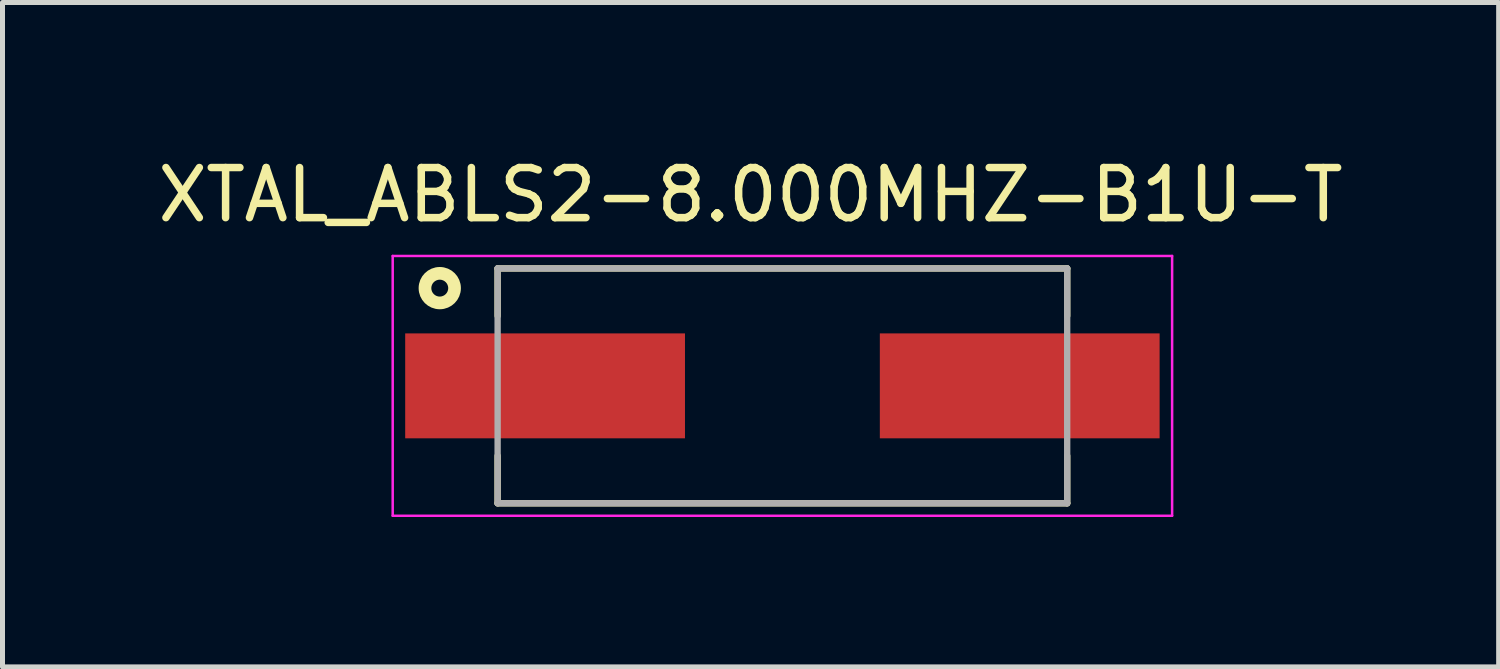
<source format=kicad_pcb>
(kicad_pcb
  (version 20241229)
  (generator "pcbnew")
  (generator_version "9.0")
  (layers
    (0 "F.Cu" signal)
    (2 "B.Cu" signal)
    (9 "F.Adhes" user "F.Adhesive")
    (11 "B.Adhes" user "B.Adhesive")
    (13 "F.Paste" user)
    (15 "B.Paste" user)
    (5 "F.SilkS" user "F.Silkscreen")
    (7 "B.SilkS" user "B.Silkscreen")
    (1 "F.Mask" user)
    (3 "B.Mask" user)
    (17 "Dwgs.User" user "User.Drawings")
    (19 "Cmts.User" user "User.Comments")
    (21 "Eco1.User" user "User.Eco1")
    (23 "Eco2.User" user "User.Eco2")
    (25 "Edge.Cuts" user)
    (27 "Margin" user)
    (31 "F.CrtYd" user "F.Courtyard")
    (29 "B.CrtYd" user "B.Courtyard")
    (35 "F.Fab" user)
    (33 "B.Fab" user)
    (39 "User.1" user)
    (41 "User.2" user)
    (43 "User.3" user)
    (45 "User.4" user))
  (footprint "XTAL_ABLS2-8.000MHZ-B1U-T"
    (layer "F.Cu")
    (at 12.61 4.673)
    (property "Reference" "XTAL_ABLS2-8.000MHZ-B1U-T" (at -0.637 -3.823 0) (layer "F.SilkS") (effects (font (size 1.003 1.003) (thickness 0.15))))
    (attr smd)
    (fp_line (start -5.7 -2.35) (end 5.7 -2.35) (stroke (width 0.127) (type solid)) (layer "F.SilkS"))
    (fp_line (start -5.7 -1.4) (end -5.7 -2.35) (stroke (width 0.127) (type solid)) (layer "F.SilkS"))
    (fp_line (start -5.7 2.35) (end -5.7 1.4) (stroke (width 0.127) (type solid)) (layer "F.SilkS"))
    (fp_line (start 5.7 -2.35) (end 5.7 -1.4) (stroke (width 0.127) (type solid)) (layer "F.SilkS"))
    (fp_line (start 5.7 1.4) (end 5.7 2.35) (stroke (width 0.127) (type solid)) (layer "F.SilkS"))
    (fp_line (start 5.7 2.35) (end -5.7 2.35) (stroke (width 0.127) (type solid)) (layer "F.SilkS"))
    (fp_circle (center -6.858 -1.956) (end -6.562 -1.956) (stroke (width 0.254) (type solid)) (fill no) (layer "F.SilkS"))
    (fp_line (start -7.8 -2.6) (end -7.8 2.6) (stroke (width 0.05) (type solid)) (layer "F.CrtYd"))
    (fp_line (start -7.8 2.6) (end 7.8 2.6) (stroke (width 0.05) (type solid)) (layer "F.CrtYd"))
    (fp_line (start 7.8 -2.6) (end -7.8 -2.6) (stroke (width 0.05) (type solid)) (layer "F.CrtYd"))
    (fp_line (start 7.8 2.6) (end 7.8 -2.6) (stroke (width 0.05) (type solid)) (layer "F.CrtYd"))
    (fp_line (start -5.7 -2.35) (end -5.7 2.35) (stroke (width 0.127) (type solid)) (layer "F.Fab"))
    (fp_line (start -5.7 2.35) (end 5.7 2.35) (stroke (width 0.127) (type solid)) (layer "F.Fab"))
    (fp_line (start 5.7 -2.35) (end -5.7 -2.35) (stroke (width 0.127) (type solid)) (layer "F.Fab"))
    (fp_line (start 5.7 2.35) (end 5.7 -2.35) (stroke (width 0.127) (type solid)) (layer "F.Fab"))
    (pad "1" smd rect (at -4.75 0) (size 5.6 2.1) (layers "F.Cu" "F.Mask" "F.Paste"))
    (pad "2" smd rect (at 4.75 0) (size 5.6 2.1) (layers "F.Cu" "F.Mask" "F.Paste")))
  (gr_rect
    (start -3 -3)
    (end 26.946 10.298)
    (stroke (width 0.1) (type default))
    (fill no)
    (layer "Edge.Cuts")))
</source>
